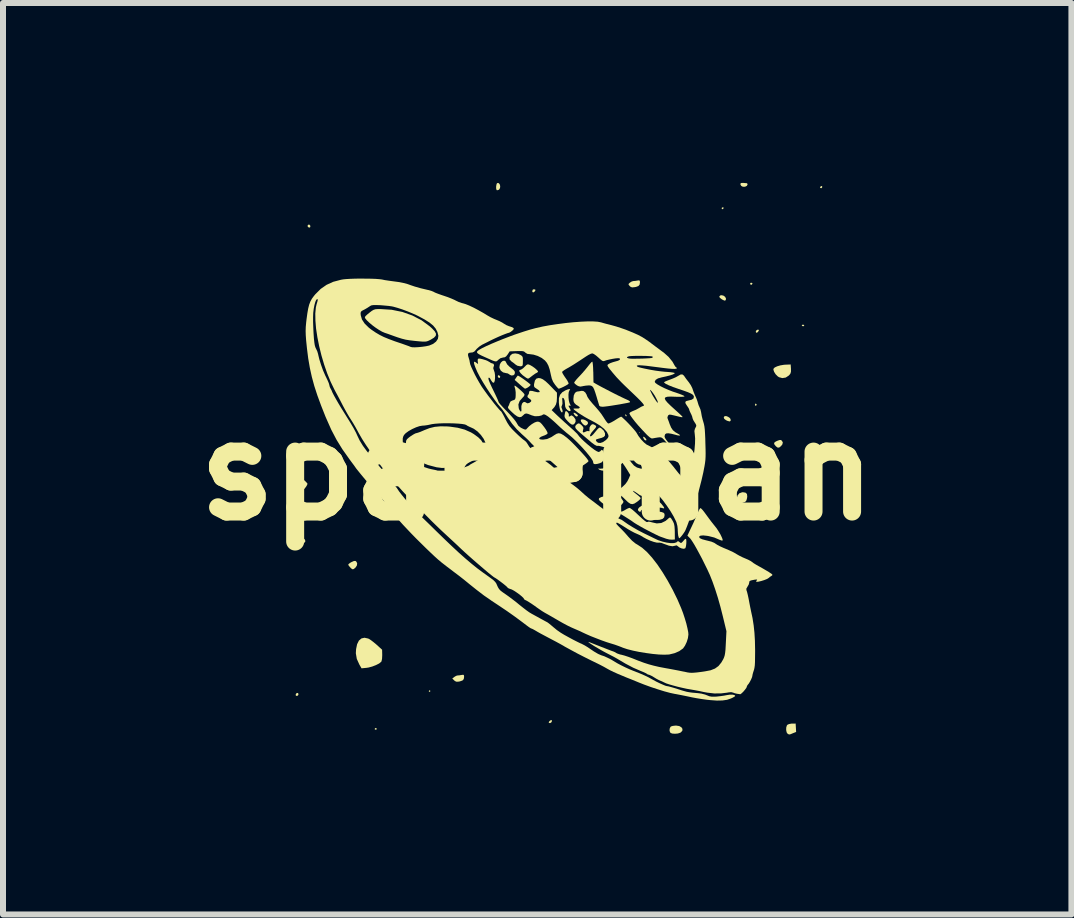
<source format=kicad_pcb>
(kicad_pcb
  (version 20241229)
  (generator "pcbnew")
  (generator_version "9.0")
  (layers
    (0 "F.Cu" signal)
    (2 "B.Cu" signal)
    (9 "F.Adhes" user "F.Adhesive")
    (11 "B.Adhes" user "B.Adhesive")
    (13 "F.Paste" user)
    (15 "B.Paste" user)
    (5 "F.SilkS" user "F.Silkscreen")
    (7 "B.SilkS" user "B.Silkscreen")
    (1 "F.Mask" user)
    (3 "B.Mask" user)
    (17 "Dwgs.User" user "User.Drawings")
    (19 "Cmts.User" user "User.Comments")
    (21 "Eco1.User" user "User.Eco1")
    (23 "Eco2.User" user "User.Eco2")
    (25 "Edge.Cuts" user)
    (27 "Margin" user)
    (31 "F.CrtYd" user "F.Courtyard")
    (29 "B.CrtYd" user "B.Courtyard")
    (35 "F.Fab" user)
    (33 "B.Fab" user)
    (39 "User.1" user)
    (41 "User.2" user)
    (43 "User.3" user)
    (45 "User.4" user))
  (footprint "spaceman"
    (layer "F.Cu")
    (at 5.907 4.801)
    (property "Reference" "spaceman" (at 0 0 0) (layer "F.SilkS") (effects (font (size 1.5 1.5) (thickness 0.3))))
    (attr board_only exclude_from_pos_files exclude_from_bom)
    (fp_poly (pts (xy 1.713 -0.637) (xy 1.706 -0.63) (xy 1.699 -0.637) (xy 1.706 -0.644)) (stroke (width 0) (type solid)) (fill yes) (layer "F.SilkS"))
    (fp_poly (pts (xy 3.108 -4.381) (xy 3.1 -4.369) (xy 3.083 -4.362) (xy 3.077 -4.368) (xy 3.078 -4.387) (xy 3.083 -4.391) (xy 3.103 -4.395)) (stroke (width 0) (type solid)) (fill yes) (layer "F.SilkS"))
    (fp_poly (pts (xy 4.754 -4.735) (xy 4.743 -4.716) (xy 4.732 -4.713) (xy 4.716 -4.721) (xy 4.716 -4.729) (xy 4.73 -4.747) (xy 4.746 -4.749)) (stroke (width 0) (type solid)) (fill yes) (layer "F.SilkS"))
    (fp_poly (pts (xy -3.795 -4.103) (xy -3.782 -4.085) (xy -3.785 -4.064) (xy -3.8 -4.055) (xy -3.822 -4.066) (xy -3.827 -4.075) (xy -3.826 -4.098) (xy -3.808 -4.107)) (stroke (width 0) (type solid)) (fill yes) (layer "F.SilkS"))
    (fp_poly (pts (xy -2.676 4.297) (xy -2.674 4.301) (xy -2.681 4.313) (xy -2.692 4.316) (xy -2.709 4.309) (xy -2.71 4.301) (xy -2.696 4.287) (xy -2.692 4.286)) (stroke (width 0) (type solid)) (fill yes) (layer "F.SilkS"))
    (fp_poly (pts (xy -1.781 3.668) (xy -1.781 3.672) (xy -1.791 3.685) (xy -1.795 3.685) (xy -1.808 3.675) (xy -1.808 3.672) (xy -1.798 3.658) (xy -1.795 3.658)) (stroke (width 0) (type solid)) (fill yes) (layer "F.SilkS"))
    (fp_poly (pts (xy -0.619 -1.577) (xy -0.617 -1.567) (xy -0.625 -1.55) (xy -0.644 -1.553) (xy -0.648 -1.557) (xy -0.658 -1.577) (xy -0.652 -1.593) (xy -0.637 -1.594)) (stroke (width 0) (type solid)) (fill yes) (layer "F.SilkS"))
    (fp_poly (pts (xy -0.031 -3.022) (xy -0.032 -3.004) (xy -0.044 -2.989) (xy -0.067 -2.974) (xy -0.08 -2.983) (xy -0.082 -3) (xy -0.073 -3.023) (xy -0.055 -3.028)) (stroke (width 0) (type solid)) (fill yes) (layer "F.SilkS"))
    (fp_poly (pts (xy 1.482 -0.935) (xy 1.493 -0.917) (xy 1.491 -0.911) (xy 1.477 -0.912) (xy 1.475 -0.913) (xy 1.466 -0.934) (xy 1.466 -0.937) (xy 1.473 -0.942)) (stroke (width 0) (type solid)) (fill yes) (layer "F.SilkS"))
    (fp_poly (pts (xy 1.944 0.41) (xy 1.945 0.417) (xy 1.934 0.435) (xy 1.917 0.438) (xy 1.896 0.432) (xy 1.894 0.421) (xy 1.909 0.404) (xy 1.929 0.4)) (stroke (width 0) (type solid)) (fill yes) (layer "F.SilkS"))
    (fp_poly (pts (xy 3.587 -3.13) (xy 3.589 -3.124) (xy 3.58 -3.107) (xy 3.563 -3.102) (xy 3.557 -3.106) (xy 3.549 -3.126) (xy 3.563 -3.137) (xy 3.569 -3.137)) (stroke (width 0) (type solid)) (fill yes) (layer "F.SilkS"))
    (fp_poly (pts (xy 3.659 -1.107) (xy 3.66 -1.103) (xy 3.649 -1.087) (xy 3.645 -1.085) (xy 3.633 -1.092) (xy 3.631 -1.103) (xy 3.637 -1.12) (xy 3.645 -1.121)) (stroke (width 0) (type solid)) (fill yes) (layer "F.SilkS"))
    (fp_poly (pts (xy 4.45 -2.431) (xy 4.453 -2.425) (xy 4.441 -2.413) (xy 4.432 -2.411) (xy 4.414 -2.419) (xy 4.411 -2.425) (xy 4.423 -2.437) (xy 4.432 -2.439)) (stroke (width 0) (type solid)) (fill yes) (layer "F.SilkS"))
    (fp_poly (pts (xy -3.987 3.706) (xy -3.98 3.723) (xy -3.988 3.743) (xy -4.007 3.754) (xy -4.009 3.754) (xy -4.026 3.743) (xy -4.028 3.734) (xy -4.018 3.71) (xy -3.998 3.702)) (stroke (width 0) (type solid)) (fill yes) (layer "F.SilkS"))
    (fp_poly (pts (xy 0.242 4.155) (xy 0.245 4.175) (xy 0.233 4.196) (xy 0.213 4.206) (xy 0.213 4.206) (xy 0.194 4.2) (xy 0.192 4.194) (xy 0.201 4.176) (xy 0.22 4.16) (xy 0.238 4.154)) (stroke (width 0) (type solid)) (fill yes) (layer "F.SilkS"))
    (fp_poly (pts (xy 0.647 -0.955) (xy 0.669 -0.937) (xy 0.679 -0.921) (xy 0.678 -0.917) (xy 0.661 -0.905) (xy 0.639 -0.916) (xy 0.623 -0.932) (xy 0.608 -0.955) (xy 0.607 -0.968) (xy 0.623 -0.968)) (stroke (width 0) (type solid)) (fill yes) (layer "F.SilkS"))
    (fp_poly (pts (xy 1.787 -0.562) (xy 1.795 -0.555) (xy 1.817 -0.529) (xy 1.821 -0.512) (xy 1.811 -0.507) (xy 1.793 -0.515) (xy 1.784 -0.523) (xy 1.769 -0.549) (xy 1.767 -0.56) (xy 1.771 -0.571)) (stroke (width 0) (type solid)) (fill yes) (layer "F.SilkS"))
    (fp_poly (pts (xy 3.694 -2.352) (xy 3.695 -2.352) (xy 3.694 -2.337) (xy 3.68 -2.316) (xy 3.662 -2.303) (xy 3.656 -2.302) (xy 3.646 -2.313) (xy 3.644 -2.323) (xy 3.654 -2.343) (xy 3.675 -2.355)) (stroke (width 0) (type solid)) (fill yes) (layer "F.SilkS"))
    (fp_poly (pts (xy -3.908 1.118) (xy -3.879 1.138) (xy -3.866 1.166) (xy -3.866 1.175) (xy -3.878 1.196) (xy -3.902 1.197) (xy -3.939 1.179) (xy -3.97 1.154) (xy -3.978 1.132) (xy -3.962 1.117) (xy -3.944 1.112)) (stroke (width 0) (type solid)) (fill yes) (layer "F.SilkS"))
    (fp_poly (pts (xy 0.779 -0.855) (xy 0.809 -0.842) (xy 0.842 -0.818) (xy 0.847 -0.792) (xy 0.833 -0.77) (xy 0.809 -0.755) (xy 0.784 -0.762) (xy 0.757 -0.786) (xy 0.73 -0.823) (xy 0.726 -0.849) (xy 0.744 -0.86)) (stroke (width 0) (type solid)) (fill yes) (layer "F.SilkS"))
    (fp_poly (pts (xy 3.182 -0.902) (xy 3.211 -0.882) (xy 3.224 -0.863) (xy 3.225 -0.833) (xy 3.207 -0.824) (xy 3.171 -0.834) (xy 3.148 -0.845) (xy 3.118 -0.868) (xy 3.11 -0.893) (xy 3.124 -0.912) (xy 3.15 -0.914)) (stroke (width 0) (type solid)) (fill yes) (layer "F.SilkS"))
    (fp_poly (pts (xy 3.103 -2.923) (xy 3.132 -2.903) (xy 3.147 -2.875) (xy 3.146 -2.857) (xy 3.137 -2.841) (xy 3.121 -2.839) (xy 3.092 -2.853) (xy 3.076 -2.862) (xy 3.044 -2.887) (xy 3.036 -2.909) (xy 3.052 -2.925) (xy 3.07 -2.929)) (stroke (width 0) (type solid)) (fill yes) (layer "F.SilkS"))
    (fp_poly (pts (xy -0.642 -4.798) (xy -0.625 -4.778) (xy -0.617 -4.748) (xy -0.62 -4.716) (xy -0.635 -4.691) (xy -0.642 -4.686) (xy -0.666 -4.679) (xy -0.676 -4.681) (xy -0.684 -4.703) (xy -0.685 -4.737) (xy -0.68 -4.772) (xy -0.671 -4.796) (xy -0.666 -4.799)) (stroke (width 0) (type solid)) (fill yes) (layer "F.SilkS"))
    (fp_poly (pts (xy 3.442 -4.801) (xy 3.476 -4.798) (xy 3.497 -4.796) (xy 3.497 -4.796) (xy 3.506 -4.784) (xy 3.507 -4.775) (xy 3.495 -4.752) (xy 3.466 -4.738) (xy 3.43 -4.737) (xy 3.402 -4.751) (xy 3.388 -4.775) (xy 3.391 -4.795) (xy 3.407 -4.801) (xy 3.439 -4.801)) (stroke (width 0) (type solid)) (fill yes) (layer "F.SilkS"))
    (fp_poly (pts (xy 4.075 -0.507) (xy 4.095 -0.477) (xy 4.088 -0.442) (xy 4.065 -0.413) (xy 4.034 -0.389) (xy 4.009 -0.388) (xy 3.982 -0.408) (xy 3.975 -0.415) (xy 3.952 -0.445) (xy 3.95 -0.467) (xy 3.972 -0.486) (xy 4 -0.5) (xy 4.038 -0.514) (xy 4.061 -0.515)) (stroke (width 0) (type solid)) (fill yes) (layer "F.SilkS"))
    (fp_poly (pts (xy -1.221 3.409) (xy -1.219 3.435) (xy -1.225 3.472) (xy -1.246 3.495) (xy -1.287 3.509) (xy -1.304 3.513) (xy -1.343 3.516) (xy -1.371 3.505) (xy -1.385 3.492) (xy -1.416 3.462) (xy -1.384 3.437) (xy -1.353 3.418) (xy -1.329 3.411) (xy -1.298 3.409) (xy -1.262 3.403) (xy -1.233 3.399)) (stroke (width 0) (type solid)) (fill yes) (layer "F.SilkS"))
    (fp_poly (pts (xy 3.473 0.363) (xy 3.497 0.385) (xy 3.502 0.426) (xy 3.499 0.452) (xy 3.488 0.493) (xy 3.469 0.516) (xy 3.456 0.522) (xy 3.411 0.533) (xy 3.37 0.532) (xy 3.343 0.52) (xy 3.337 0.513) (xy 3.328 0.458) (xy 3.34 0.41) (xy 3.37 0.374) (xy 3.416 0.357) (xy 3.43 0.356)) (stroke (width 0) (type solid)) (fill yes) (layer "F.SilkS"))
    (fp_poly (pts (xy -3.02 1.508) (xy -3.002 1.538) (xy -3.006 1.576) (xy -3.03 1.613) (xy -3.032 1.614) (xy -3.059 1.637) (xy -3.08 1.641) (xy -3.103 1.625) (xy -3.117 1.61) (xy -3.14 1.584) (xy -3.151 1.564) (xy -3.151 1.563) (xy -3.14 1.549) (xy -3.112 1.529) (xy -3.095 1.52) (xy -3.057 1.503) (xy -3.033 1.501)) (stroke (width 0) (type solid)) (fill yes) (layer "F.SilkS"))
    (fp_poly (pts (xy 1.711 -3.167) (xy 1.713 -3.141) (xy 1.707 -3.105) (xy 1.687 -3.082) (xy 1.647 -3.067) (xy 1.623 -3.063) (xy 1.583 -3.059) (xy 1.558 -3.068) (xy 1.541 -3.083) (xy 1.523 -3.105) (xy 1.525 -3.119) (xy 1.546 -3.139) (xy 1.577 -3.158) (xy 1.603 -3.165) (xy 1.633 -3.167) (xy 1.67 -3.173) (xy 1.699 -3.177)) (stroke (width 0) (type solid)) (fill yes) (layer "F.SilkS"))
    (fp_poly (pts (xy 2.072 0.686) (xy 2.106 0.698) (xy 2.121 0.715) (xy 2.124 0.739) (xy 2.116 0.776) (xy 2.09 0.801) (xy 2.044 0.815) (xy 2.01 0.818) (xy 1.951 0.818) (xy 1.9 0.803) (xy 1.877 0.792) (xy 1.831 0.763) (xy 1.812 0.736) (xy 1.82 0.713) (xy 1.855 0.692) (xy 1.923 0.675) (xy 2.003 0.674)) (stroke (width 0) (type solid)) (fill yes) (layer "F.SilkS"))
    (fp_poly (pts (xy 4.313 4.283) (xy 4.317 4.353) (xy 4.261 4.375) (xy 4.226 4.39) (xy 4.206 4.395) (xy 4.194 4.393) (xy 4.178 4.385) (xy 4.175 4.383) (xy 4.159 4.36) (xy 4.151 4.321) (xy 4.152 4.279) (xy 4.163 4.244) (xy 4.172 4.233) (xy 4.199 4.221) (xy 4.239 4.214) (xy 4.251 4.214) (xy 4.309 4.213)) (stroke (width 0) (type solid)) (fill yes) (layer "F.SilkS"))
    (fp_poly (pts (xy -3.969 0.091) (xy -3.939 0.112) (xy -3.903 0.141) (xy -3.868 0.171) (xy -3.842 0.198) (xy -3.831 0.211) (xy -3.835 0.232) (xy -3.853 0.263) (xy -3.862 0.275) (xy -3.9 0.321) (xy -3.956 0.264) (xy -3.988 0.227) (xy -4.013 0.194) (xy -4.021 0.178) (xy -4.021 0.149) (xy -4.01 0.119) (xy -3.992 0.096) (xy -3.973 0.09)) (stroke (width 0) (type solid)) (fill yes) (layer "F.SilkS"))
    (fp_poly (pts (xy 2.369 4.255) (xy 2.404 4.275) (xy 2.422 4.302) (xy 2.42 4.332) (xy 2.396 4.359) (xy 2.384 4.366) (xy 2.345 4.379) (xy 2.298 4.383) (xy 2.254 4.38) (xy 2.225 4.37) (xy 2.222 4.368) (xy 2.207 4.337) (xy 2.208 4.3) (xy 2.222 4.269) (xy 2.232 4.261) (xy 2.262 4.252) (xy 2.305 4.247) (xy 2.319 4.247)) (stroke (width 0) (type solid)) (fill yes) (layer "F.SilkS"))
    (fp_poly (pts (xy 4.231 -1.702) (xy 4.231 -1.657) (xy 4.224 -1.627) (xy 4.206 -1.601) (xy 4.194 -1.589) (xy 4.144 -1.556) (xy 4.087 -1.547) (xy 4.031 -1.562) (xy 4.009 -1.577) (xy 3.975 -1.611) (xy 3.95 -1.651) (xy 3.938 -1.687) (xy 3.94 -1.703) (xy 3.96 -1.724) (xy 4 -1.743) (xy 4.054 -1.759) (xy 4.114 -1.769) (xy 4.146 -1.771) (xy 4.226 -1.774)) (stroke (width 0) (type solid)) (fill yes) (layer "F.SilkS"))
    (fp_poly (pts (xy -0.315 -1.95) (xy -0.28 -1.933) (xy -0.256 -1.917) (xy -0.243 -1.898) (xy -0.239 -1.869) (xy -0.239 -1.827) (xy -0.24 -1.782) (xy -0.244 -1.758) (xy -0.256 -1.747) (xy -0.277 -1.744) (xy -0.281 -1.743) (xy -0.33 -1.753) (xy -0.359 -1.771) (xy -0.396 -1.801) (xy -0.431 -1.826) (xy -0.46 -1.857) (xy -0.463 -1.893) (xy -0.444 -1.929) (xy -0.413 -1.952) (xy -0.367 -1.959)) (stroke (width 0) (type solid)) (fill yes) (layer "F.SilkS"))
    (fp_poly (pts (xy -0.307 -1.582) (xy -0.275 -1.562) (xy -0.235 -1.535) (xy -0.192 -1.504) (xy -0.153 -1.474) (xy -0.123 -1.45) (xy -0.11 -1.436) (xy -0.11 -1.435) (xy -0.12 -1.419) (xy -0.146 -1.398) (xy -0.176 -1.38) (xy -0.2 -1.371) (xy -0.203 -1.37) (xy -0.217 -1.379) (xy -0.246 -1.402) (xy -0.283 -1.434) (xy -0.294 -1.444) (xy -0.376 -1.517) (xy -0.352 -1.553) (xy -0.334 -1.578) (xy -0.324 -1.589) (xy -0.324 -1.589)) (stroke (width 0) (type solid)) (fill yes) (layer "F.SilkS"))
    (fp_poly (pts (xy -0.528 -1.827) (xy -0.515 -1.801) (xy -0.499 -1.773) (xy -0.465 -1.739) (xy -0.438 -1.718) (xy -0.397 -1.685) (xy -0.376 -1.66) (xy -0.372 -1.635) (xy -0.378 -1.611) (xy -0.397 -1.594) (xy -0.428 -1.59) (xy -0.458 -1.602) (xy -0.466 -1.61) (xy -0.492 -1.625) (xy -0.52 -1.63) (xy -0.569 -1.642) (xy -0.607 -1.671) (xy -0.628 -1.713) (xy -0.63 -1.731) (xy -0.623 -1.774) (xy -0.604 -1.808) (xy -0.578 -1.831) (xy -0.551 -1.838)) (stroke (width 0) (type solid)) (fill yes) (layer "F.SilkS"))
    (fp_poly (pts (xy 0.491 -0.993) (xy 0.507 -0.979) (xy 0.527 -0.949) (xy 0.527 -0.929) (xy 0.526 -0.908) (xy 0.541 -0.907) (xy 0.558 -0.92) (xy 0.575 -0.925) (xy 0.598 -0.909) (xy 0.609 -0.9) (xy 0.638 -0.859) (xy 0.64 -0.82) (xy 0.625 -0.791) (xy 0.603 -0.772) (xy 0.577 -0.772) (xy 0.545 -0.793) (xy 0.507 -0.83) (xy 0.475 -0.866) (xy 0.459 -0.893) (xy 0.455 -0.917) (xy 0.459 -0.943) (xy 0.467 -0.982) (xy 0.477 -0.998)) (stroke (width 0) (type solid)) (fill yes) (layer "F.SilkS"))
    (fp_poly (pts (xy -2.82 2.795) (xy -2.804 2.802) (xy -2.773 2.822) (xy -2.731 2.854) (xy -2.685 2.892) (xy -2.673 2.903) (xy -2.586 2.982) (xy -2.584 3.071) (xy -2.587 3.133) (xy -2.596 3.174) (xy -2.601 3.183) (xy -2.635 3.211) (xy -2.688 3.238) (xy -2.75 3.262) (xy -2.813 3.279) (xy -2.847 3.284) (xy -2.929 3.292) (xy -2.966 3.228) (xy -3.008 3.135) (xy -3.024 3.041) (xy -3.02 2.973) (xy -3.003 2.89) (xy -2.973 2.83) (xy -2.931 2.794) (xy -2.88 2.782)) (stroke (width 0) (type solid)) (fill yes) (layer "F.SilkS"))
    (fp_poly (pts (xy 2.016 0.511) (xy 2.043 0.523) (xy 2.067 0.546) (xy 2.081 0.563) (xy 2.11 0.601) (xy 2.118 0.621) (xy 2.107 0.626) (xy 2.08 0.618) (xy 2.051 0.613) (xy 2.002 0.612) (xy 1.942 0.614) (xy 1.917 0.615) (xy 1.831 0.625) (xy 1.77 0.638) (xy 1.735 0.655) (xy 1.726 0.672) (xy 1.718 0.684) (xy 1.7 0.678) (xy 1.684 0.663) (xy 1.679 0.639) (xy 1.698 0.612) (xy 1.737 0.584) (xy 1.794 0.558) (xy 1.862 0.535) (xy 1.932 0.518) (xy 1.981 0.509)) (stroke (width 0) (type solid)) (fill yes) (layer "F.SilkS"))
    (fp_poly (pts (xy -0.142 -1.774) (xy -0.118 -1.764) (xy -0.08 -1.742) (xy -0.042 -1.715) (xy -0.009 -1.686) (xy 0.011 -1.664) (xy 0.014 -1.656) (xy 0.003 -1.641) (xy -0.01 -1.634) (xy -0.034 -1.621) (xy -0.069 -1.596) (xy -0.09 -1.58) (xy -0.125 -1.553) (xy -0.145 -1.54) (xy -0.161 -1.54) (xy -0.18 -1.55) (xy -0.192 -1.558) (xy -0.241 -1.594) (xy -0.276 -1.628) (xy -0.297 -1.657) (xy -0.299 -1.677) (xy -0.281 -1.685) (xy -0.279 -1.685) (xy -0.257 -1.695) (xy -0.227 -1.718) (xy -0.21 -1.735) (xy -0.181 -1.764) (xy -0.161 -1.776)) (stroke (width 0) (type solid)) (fill yes) (layer "F.SilkS"))
    (fp_poly (pts (xy 1.199 -0.32) (xy 1.221 -0.299) (xy 1.246 -0.274) (xy 1.267 -0.253) (xy 1.275 -0.243) (xy 1.276 -0.229) (xy 1.28 -0.196) (xy 1.283 -0.168) (xy 1.286 -0.125) (xy 1.282 -0.101) (xy 1.271 -0.09) (xy 1.265 -0.088) (xy 1.223 -0.071) (xy 1.204 -0.05) (xy 1.203 -0.03) (xy 1.203 -0.014) (xy 1.191 -0.005) (xy 1.163 -0.002) (xy 1.132 -0.002) (xy 1.077 -0.006) (xy 1.038 -0.018) (xy 1.032 -0.023) (xy 1.017 -0.036) (xy 1.023 -0.04) (xy 1.048 -0.036) (xy 1.098 -0.04) (xy 1.137 -0.068) (xy 1.165 -0.117) (xy 1.18 -0.186) (xy 1.183 -0.236) (xy 1.183 -0.283) (xy 1.185 -0.316) (xy 1.187 -0.329) (xy 1.187 -0.329)) (stroke (width 0) (type solid)) (fill yes) (layer "F.SilkS"))
    (fp_poly (pts (xy -1.502 -0.741) (xy -1.46 -0.738) (xy -1.325 -0.719) (xy -1.209 -0.688) (xy -1.105 -0.642) (xy -1.058 -0.614) (xy -0.984 -0.56) (xy -0.934 -0.511) (xy -0.908 -0.467) (xy -0.904 -0.447) (xy -0.917 -0.369) (xy -0.954 -0.299) (xy -1.01 -0.24) (xy -1.082 -0.197) (xy -1.114 -0.185) (xy -1.162 -0.167) (xy -1.206 -0.145) (xy -1.219 -0.137) (xy -1.294 -0.097) (xy -1.387 -0.068) (xy -1.489 -0.051) (xy -1.591 -0.049) (xy -1.678 -0.06) (xy -1.822 -0.098) (xy -1.941 -0.144) (xy -2.038 -0.2) (xy -2.1 -0.251) (xy -2.156 -0.321) (xy -2.185 -0.397) (xy -2.189 -0.476) (xy -2.184 -0.506) (xy -2.17 -0.53) (xy -2.141 -0.555) (xy -2.11 -0.578) (xy -2.068 -0.605) (xy -2.033 -0.624) (xy -2.012 -0.63) (xy -1.99 -0.636) (xy -1.95 -0.65) (xy -1.901 -0.671) (xy -1.883 -0.679) (xy -1.795 -0.713) (xy -1.708 -0.734) (xy -1.612 -0.743)) (stroke (width 0) (type solid)) (fill yes) (layer "F.SilkS"))
    (fp_poly (pts (xy -2.426 -2.686) (xy -2.249 -2.65) (xy -2.083 -2.591) (xy -1.929 -2.511) (xy -1.792 -2.41) (xy -1.75 -2.372) (xy -1.707 -2.325) (xy -1.687 -2.286) (xy -1.692 -2.252) (xy -1.722 -2.22) (xy -1.778 -2.186) (xy -1.791 -2.18) (xy -1.818 -2.167) (xy -1.842 -2.159) (xy -1.87 -2.155) (xy -1.907 -2.155) (xy -1.958 -2.159) (xy -2.031 -2.166) (xy -2.041 -2.167) (xy -2.126 -2.177) (xy -2.194 -2.188) (xy -2.257 -2.204) (xy -2.327 -2.226) (xy -2.384 -2.246) (xy -2.442 -2.267) (xy -2.495 -2.286) (xy -2.534 -2.299) (xy -2.543 -2.302) (xy -2.587 -2.321) (xy -2.639 -2.351) (xy -2.695 -2.388) (xy -2.75 -2.429) (xy -2.8 -2.471) (xy -2.841 -2.51) (xy -2.867 -2.542) (xy -2.874 -2.563) (xy -2.874 -2.564) (xy -2.861 -2.582) (xy -2.832 -2.609) (xy -2.794 -2.64) (xy -2.756 -2.669) (xy -2.726 -2.686) (xy -2.696 -2.695) (xy -2.655 -2.698) (xy -2.61 -2.698)) (stroke (width 0) (type solid)) (fill yes) (layer "F.SilkS"))
    (fp_poly (pts (xy 0.549 -1.357) (xy 0.537 -1.34) (xy 0.526 -1.314) (xy 0.521 -1.271) (xy 0.522 -1.219) (xy 0.528 -1.169) (xy 0.539 -1.128) (xy 0.543 -1.121) (xy 0.556 -1.093) (xy 0.556 -1.083) (xy 0.543 -1.087) (xy 0.543 -1.087) (xy 0.524 -1.089) (xy 0.525 -1.073) (xy 0.543 -1.043) (xy 0.557 -1.013) (xy 0.551 -0.997) (xy 0.529 -0.998) (xy 0.502 -1.016) (xy 0.478 -1.043) (xy 0.466 -1.075) (xy 0.463 -1.117) (xy 0.457 -1.175) (xy 0.442 -1.21) (xy 0.423 -1.219) (xy 0.417 -1.207) (xy 0.418 -1.178) (xy 0.419 -1.165) (xy 0.421 -1.117) (xy 0.412 -1.09) (xy 0.403 -1.065) (xy 0.41 -1.043) (xy 0.422 -1.01) (xy 0.423 -0.984) (xy 0.413 -0.973) (xy 0.413 -0.973) (xy 0.4 -0.984) (xy 0.385 -1.01) (xy 0.375 -1.043) (xy 0.366 -1.092) (xy 0.361 -1.137) (xy 0.362 -1.212) (xy 0.381 -1.269) (xy 0.419 -1.312) (xy 0.473 -1.344) (xy 0.514 -1.36) (xy 0.54 -1.364)) (stroke (width 0) (type solid)) (fill yes) (layer "F.SilkS"))
    (fp_poly (pts (xy 1.557 0.626) (xy 1.59 0.65) (xy 1.633 0.687) (xy 1.682 0.733) (xy 1.692 0.742) (xy 1.751 0.797) (xy 1.794 0.833) (xy 1.822 0.852) (xy 1.837 0.853) (xy 1.838 0.853) (xy 1.859 0.846) (xy 1.896 0.853) (xy 1.908 0.857) (xy 1.993 0.876) (xy 2.069 0.869) (xy 2.139 0.835) (xy 2.173 0.807) (xy 2.197 0.785) (xy 2.214 0.777) (xy 2.229 0.787) (xy 2.249 0.817) (xy 2.267 0.849) (xy 2.281 0.882) (xy 2.289 0.924) (xy 2.293 0.983) (xy 2.294 1.02) (xy 2.295 1.144) (xy 2.247 1.147) (xy 2.202 1.144) (xy 2.153 1.132) (xy 2.144 1.129) (xy 2.103 1.114) (xy 2.068 1.102) (xy 2.062 1.1) (xy 2.03 1.087) (xy 1.98 1.063) (xy 1.918 1.032) (xy 1.848 0.996) (xy 1.778 0.959) (xy 1.712 0.922) (xy 1.657 0.89) (xy 1.617 0.865) (xy 1.61 0.86) (xy 1.565 0.828) (xy 1.507 0.791) (xy 1.447 0.753) (xy 1.435 0.746) (xy 1.383 0.714) (xy 1.344 0.687) (xy 1.32 0.668) (xy 1.314 0.658) (xy 1.328 0.66) (xy 1.337 0.664) (xy 1.38 0.678) (xy 1.413 0.678) (xy 1.449 0.661) (xy 1.464 0.652) (xy 1.501 0.631) (xy 1.532 0.618) (xy 1.54 0.617)) (stroke (width 0) (type solid)) (fill yes) (layer "F.SilkS"))
    (fp_poly (pts (xy 0.923 -1.809) (xy 0.928 -1.774) (xy 0.932 -1.721) (xy 0.934 -1.656) (xy 0.935 -1.649) (xy 0.938 -1.475) (xy 0.98 -1.45) (xy 1.018 -1.429) (xy 1.073 -1.399) (xy 1.14 -1.364) (xy 1.213 -1.326) (xy 1.287 -1.288) (xy 1.355 -1.254) (xy 1.413 -1.226) (xy 1.455 -1.206) (xy 1.466 -1.201) (xy 1.519 -1.177) (xy 1.546 -1.158) (xy 1.546 -1.144) (xy 1.53 -1.139) (xy 1.493 -1.131) (xy 1.439 -1.121) (xy 1.375 -1.109) (xy 1.306 -1.098) (xy 1.238 -1.087) (xy 1.176 -1.078) (xy 1.126 -1.072) (xy 1.093 -1.069) (xy 1.089 -1.069) (xy 1.055 -1.073) (xy 1.036 -1.084) (xy 1.035 -1.086) (xy 1.029 -1.106) (xy 1.017 -1.145) (xy 1.001 -1.197) (xy 0.993 -1.226) (xy 0.969 -1.303) (xy 0.95 -1.357) (xy 0.933 -1.392) (xy 0.915 -1.412) (xy 0.894 -1.422) (xy 0.867 -1.425) (xy 0.859 -1.425) (xy 0.809 -1.421) (xy 0.761 -1.413) (xy 0.755 -1.411) (xy 0.717 -1.405) (xy 0.684 -1.414) (xy 0.662 -1.426) (xy 0.633 -1.448) (xy 0.617 -1.467) (xy 0.617 -1.471) (xy 0.625 -1.487) (xy 0.649 -1.518) (xy 0.684 -1.557) (xy 0.706 -1.58) (xy 0.754 -1.632) (xy 0.802 -1.688) (xy 0.842 -1.737) (xy 0.85 -1.748) (xy 0.88 -1.785) (xy 0.904 -1.812) (xy 0.918 -1.822)) (stroke (width 0) (type solid)) (fill yes) (layer "F.SilkS"))
    (fp_poly (pts (xy 1.437 -0.271) (xy 1.457 -0.259) (xy 1.462 -0.248) (xy 1.479 -0.223) (xy 1.5 -0.208) (xy 1.526 -0.189) (xy 1.558 -0.156) (xy 1.57 -0.139) (xy 1.614 -0.088) (xy 1.663 -0.056) (xy 1.725 -0.038) (xy 1.759 -0.033) (xy 1.805 -0.025) (xy 1.836 -0.011) (xy 1.855 0.013) (xy 1.865 0.052) (xy 1.869 0.112) (xy 1.869 0.158) (xy 1.869 0.219) (xy 1.865 0.26) (xy 1.857 0.291) (xy 1.843 0.319) (xy 1.829 0.342) (xy 1.795 0.388) (xy 1.768 0.413) (xy 1.741 0.417) (xy 1.707 0.402) (xy 1.672 0.377) (xy 1.635 0.352) (xy 1.607 0.336) (xy 1.595 0.332) (xy 1.601 0.343) (xy 1.625 0.365) (xy 1.657 0.39) (xy 1.693 0.419) (xy 1.718 0.443) (xy 1.725 0.457) (xy 1.715 0.473) (xy 1.688 0.498) (xy 1.662 0.518) (xy 1.62 0.545) (xy 1.586 0.555) (xy 1.552 0.548) (xy 1.514 0.522) (xy 1.466 0.476) (xy 1.46 0.47) (xy 1.42 0.431) (xy 1.391 0.409) (xy 1.375 0.403) (xy 1.374 0.414) (xy 1.391 0.443) (xy 1.402 0.458) (xy 1.425 0.489) (xy 1.437 0.512) (xy 1.439 0.516) (xy 1.428 0.538) (xy 1.404 0.565) (xy 1.374 0.589) (xy 1.349 0.602) (xy 1.345 0.603) (xy 1.322 0.595) (xy 1.285 0.575) (xy 1.247 0.548) (xy 1.194 0.511) (xy 1.162 0.494) (xy 1.149 0.494) (xy 1.157 0.512) (xy 1.186 0.548) (xy 1.215 0.578) (xy 1.251 0.616) (xy 1.265 0.637) (xy 1.257 0.641) (xy 1.228 0.628) (xy 1.192 0.608) (xy 1.143 0.577) (xy 1.091 0.54) (xy 1.072 0.525) (xy 1.039 0.495) (xy 1.026 0.472) (xy 1.034 0.454) (xy 1.066 0.438) (xy 1.123 0.421) (xy 1.138 0.417) (xy 1.194 0.4) (xy 1.245 0.38) (xy 1.28 0.364) (xy 1.363 0.311) (xy 1.424 0.264) (xy 1.47 0.22) (xy 1.503 0.174) (xy 1.527 0.127) (xy 1.552 0.069) (xy 1.5 -0.017) (xy 1.464 -0.073) (xy 1.424 -0.13) (xy 1.395 -0.17) (xy 1.361 -0.217) (xy 1.345 -0.248) (xy 1.35 -0.265) (xy 1.374 -0.273) (xy 1.399 -0.274)) (stroke (width 0) (type solid)) (fill yes) (layer "F.SilkS"))
    (fp_poly (pts (xy -0.915 -1.863) (xy -0.868 -1.849) (xy -0.826 -1.832) (xy -0.796 -1.815) (xy -0.794 -1.814) (xy -0.77 -1.798) (xy -0.759 -1.795) (xy -0.729 -1.785) (xy -0.719 -1.761) (xy -0.725 -1.742) (xy -0.733 -1.713) (xy -0.723 -1.679) (xy -0.721 -1.674) (xy -0.709 -1.638) (xy -0.703 -1.592) (xy -0.703 -1.545) (xy -0.708 -1.503) (xy -0.718 -1.475) (xy -0.727 -1.469) (xy -0.747 -1.478) (xy -0.769 -1.51) (xy -0.772 -1.515) (xy -0.79 -1.547) (xy -0.805 -1.555) (xy -0.811 -1.551) (xy -0.814 -1.537) (xy -0.806 -1.507) (xy -0.787 -1.46) (xy -0.756 -1.392) (xy -0.735 -1.349) (xy -0.703 -1.283) (xy -0.676 -1.226) (xy -0.656 -1.181) (xy -0.645 -1.153) (xy -0.644 -1.148) (xy -0.635 -1.133) (xy -0.61 -1.103) (xy -0.572 -1.062) (xy -0.525 -1.012) (xy -0.501 -0.988) (xy -0.448 -0.931) (xy -0.4 -0.877) (xy -0.363 -0.831) (xy -0.341 -0.798) (xy -0.338 -0.791) (xy -0.313 -0.751) (xy -0.273 -0.72) (xy -0.254 -0.71) (xy -0.217 -0.693) (xy -0.195 -0.688) (xy -0.181 -0.694) (xy -0.175 -0.702) (xy -0.136 -0.743) (xy -0.089 -0.78) (xy -0.041 -0.808) (xy -0.002 -0.821) (xy 0.005 -0.821) (xy 0.029 -0.818) (xy 0.052 -0.805) (xy 0.078 -0.779) (xy 0.113 -0.734) (xy 0.115 -0.732) (xy 0.145 -0.689) (xy 0.166 -0.652) (xy 0.174 -0.628) (xy 0.174 -0.625) (xy 0.157 -0.609) (xy 0.124 -0.592) (xy 0.114 -0.589) (xy 0.063 -0.569) (xy 0.037 -0.55) (xy 0.034 -0.534) (xy 0.057 -0.524) (xy 0.097 -0.521) (xy 0.165 -0.531) (xy 0.236 -0.563) (xy 0.286 -0.596) (xy 0.324 -0.619) (xy 0.359 -0.628) (xy 0.395 -0.62) (xy 0.439 -0.595) (xy 0.497 -0.551) (xy 0.498 -0.55) (xy 0.538 -0.515) (xy 0.586 -0.469) (xy 0.638 -0.416) (xy 0.692 -0.359) (xy 0.744 -0.303) (xy 0.79 -0.252) (xy 0.826 -0.209) (xy 0.849 -0.177) (xy 0.856 -0.163) (xy 0.845 -0.149) (xy 0.816 -0.126) (xy 0.776 -0.099) (xy 0.731 -0.073) (xy 0.688 -0.05) (xy 0.653 -0.035) (xy 0.644 -0.033) (xy 0.578 -0.017) (xy 0.534 -0.002) (xy 0.508 0.015) (xy 0.496 0.036) (xy 0.493 0.045) (xy 0.489 0.063) (xy 0.483 0.069) (xy 0.47 0.064) (xy 0.447 0.043) (xy 0.41 0.006) (xy 0.397 -0.007) (xy 0.349 -0.054) (xy 0.287 -0.11) (xy 0.222 -0.167) (xy 0.178 -0.204) (xy 0.084 -0.285) (xy -0.008 -0.37) (xy -0.092 -0.452) (xy -0.139 -0.503) (xy -0.159 -0.523) (xy -0.193 -0.555) (xy -0.236 -0.594) (xy -0.254 -0.61) (xy -0.34 -0.693) (xy -0.418 -0.785) (xy -0.494 -0.894) (xy -0.514 -0.925) (xy -0.545 -0.972) (xy -0.575 -1.015) (xy -0.597 -1.043) (xy -0.598 -1.044) (xy -0.651 -1.106) (xy -0.712 -1.187) (xy -0.777 -1.28) (xy -0.842 -1.378) (xy -0.903 -1.476) (xy -0.956 -1.567) (xy -0.996 -1.644) (xy -0.999 -1.65) (xy -1.032 -1.727) (xy -1.051 -1.781) (xy -1.055 -1.812) (xy -1.044 -1.821) (xy -1.019 -1.806) (xy -1.009 -1.798) (xy -0.991 -1.784) (xy -0.986 -1.788) (xy -0.99 -1.814) (xy -0.991 -1.819) (xy -0.993 -1.854) (xy -0.982 -1.871) (xy -0.98 -1.872) (xy -0.955 -1.872)) (stroke (width 0) (type solid)) (fill yes) (layer "F.SilkS"))
    (fp_poly (pts (xy 0.058 -1.543) (xy 0.095 -1.526) (xy 0.139 -1.494) (xy 0.192 -1.445) (xy 0.229 -1.407) (xy 0.329 -1.304) (xy 0.329 -1.22) (xy 0.325 -1.155) (xy 0.312 -1.106) (xy 0.287 -1.064) (xy 0.269 -1.044) (xy 0.241 -1.013) (xy 0.336 -0.922) (xy 0.389 -0.873) (xy 0.453 -0.814) (xy 0.518 -0.756) (xy 0.548 -0.729) (xy 0.596 -0.686) (xy 0.636 -0.648) (xy 0.665 -0.62) (xy 0.676 -0.606) (xy 0.702 -0.572) (xy 0.742 -0.53) (xy 0.792 -0.483) (xy 0.847 -0.435) (xy 0.902 -0.39) (xy 0.953 -0.352) (xy 0.995 -0.326) (xy 1.023 -0.315) (xy 1.025 -0.315) (xy 1.049 -0.325) (xy 1.062 -0.338) (xy 1.075 -0.351) (xy 1.087 -0.346) (xy 1.103 -0.324) (xy 1.118 -0.28) (xy 1.119 -0.229) (xy 1.106 -0.181) (xy 1.08 -0.146) (xy 1.076 -0.143) (xy 1.041 -0.127) (xy 1.001 -0.116) (xy 0.964 -0.112) (xy 0.942 -0.117) (xy 0.942 -0.118) (xy 0.933 -0.139) (xy 0.932 -0.152) (xy 0.922 -0.176) (xy 0.896 -0.216) (xy 0.857 -0.266) (xy 0.808 -0.325) (xy 0.753 -0.387) (xy 0.694 -0.449) (xy 0.635 -0.508) (xy 0.58 -0.56) (xy 0.532 -0.6) (xy 0.527 -0.604) (xy 0.481 -0.641) (xy 0.428 -0.687) (xy 0.382 -0.728) (xy 0.298 -0.807) (xy 0.231 -0.866) (xy 0.179 -0.908) (xy 0.14 -0.933) (xy 0.113 -0.943) (xy 0.095 -0.939) (xy 0.09 -0.934) (xy 0.073 -0.925) (xy 0.039 -0.916) (xy 0.019 -0.913) (xy -0.038 -0.911) (xy -0.092 -0.926) (xy -0.106 -0.932) (xy -0.154 -0.951) (xy -0.185 -0.957) (xy -0.21 -0.949) (xy -0.235 -0.926) (xy -0.238 -0.923) (xy -0.266 -0.9) (xy -0.297 -0.895) (xy -0.333 -0.908) (xy -0.379 -0.941) (xy -0.42 -0.978) (xy -0.461 -1.018) (xy -0.483 -1.044) (xy -0.488 -1.062) (xy -0.485 -1.07) (xy -0.47 -1.098) (xy -0.461 -1.126) (xy -0.444 -1.158) (xy -0.409 -1.175) (xy -0.407 -1.175) (xy -0.381 -1.184) (xy -0.368 -1.197) (xy -0.361 -1.224) (xy -0.359 -1.259) (xy -0.359 -1.31) (xy -0.365 -1.357) (xy -0.369 -1.374) (xy -0.378 -1.404) (xy -0.378 -1.421) (xy -0.378 -1.422) (xy -0.365 -1.417) (xy -0.339 -1.398) (xy -0.305 -1.37) (xy -0.269 -1.338) (xy -0.238 -1.308) (xy -0.217 -1.284) (xy -0.212 -1.276) (xy -0.217 -1.251) (xy -0.244 -1.22) (xy -0.293 -1.165) (xy -0.314 -1.107) (xy -0.308 -1.045) (xy -0.299 -1.021) (xy -0.281 -0.992) (xy -0.267 -0.99) (xy -0.262 -1.012) (xy -0.264 -1.031) (xy -0.264 -1.081) (xy -0.253 -1.121) (xy -0.232 -1.145) (xy -0.206 -1.15) (xy -0.181 -1.135) (xy -0.161 -1.126) (xy -0.131 -1.134) (xy -0.131 -1.134) (xy -0.102 -1.156) (xy -0.1 -1.179) (xy -0.125 -1.2) (xy -0.13 -1.203) (xy -0.157 -1.224) (xy -0.164 -1.248) (xy -0.151 -1.267) (xy -0.139 -1.287) (xy -0.137 -1.302) (xy -0.132 -1.326) (xy -0.115 -1.335) (xy -0.08 -1.332) (xy -0.047 -1.323) (xy 0.004 -1.311) (xy 0.035 -1.312) (xy 0.043 -1.324) (xy 0.026 -1.345) (xy -0.009 -1.369) (xy -0.04 -1.39) (xy -0.053 -1.41) (xy -0.053 -1.441) (xy -0.051 -1.453) (xy -0.038 -1.507) (xy -0.014 -1.538) (xy 0.022 -1.548) (xy 0.023 -1.548)) (stroke (width 0) (type solid)) (fill yes) (layer "F.SilkS"))
    (fp_poly (pts (xy 2.447 -1.587) (xy 2.461 -1.566) (xy 2.485 -1.532) (xy 2.517 -1.491) (xy 2.531 -1.473) (xy 2.561 -1.429) (xy 2.585 -1.381) (xy 2.591 -1.364) (xy 2.607 -1.317) (xy 2.629 -1.264) (xy 2.637 -1.247) (xy 2.658 -1.199) (xy 2.674 -1.152) (xy 2.678 -1.137) (xy 2.691 -1.095) (xy 2.707 -1.059) (xy 2.707 -1.058) (xy 2.721 -1.026) (xy 2.732 -0.981) (xy 2.735 -0.963) (xy 2.744 -0.912) (xy 2.759 -0.852) (xy 2.77 -0.815) (xy 2.78 -0.78) (xy 2.788 -0.739) (xy 2.794 -0.689) (xy 2.798 -0.625) (xy 2.802 -0.542) (xy 2.804 -0.459) (xy 2.807 -0.364) (xy 2.808 -0.291) (xy 2.807 -0.231) (xy 2.804 -0.18) (xy 2.798 -0.131) (xy 2.789 -0.076) (xy 2.776 -0.01) (xy 2.769 0.027) (xy 2.739 0.158) (xy 2.701 0.305) (xy 2.657 0.46) (xy 2.609 0.614) (xy 2.582 0.692) (xy 2.551 0.78) (xy 2.522 0.86) (xy 2.497 0.927) (xy 2.477 0.976) (xy 2.466 1.001) (xy 2.446 1.033) (xy 2.42 1.069) (xy 2.395 1.1) (xy 2.375 1.12) (xy 2.368 1.123) (xy 2.36 1.112) (xy 2.352 1.083) (xy 2.351 1.081) (xy 2.346 1.04) (xy 2.343 0.989) (xy 2.343 0.972) (xy 2.337 0.918) (xy 2.322 0.86) (xy 2.315 0.842) (xy 2.275 0.761) (xy 2.222 0.671) (xy 2.16 0.579) (xy 2.096 0.492) (xy 2.034 0.418) (xy 1.997 0.381) (xy 1.965 0.349) (xy 1.951 0.326) (xy 1.95 0.304) (xy 1.953 0.292) (xy 1.962 0.237) (xy 1.962 0.169) (xy 1.954 0.1) (xy 1.94 0.04) (xy 1.927 0.009) (xy 1.91 -0.024) (xy 1.906 -0.043) (xy 1.915 -0.056) (xy 1.922 -0.061) (xy 1.944 -0.082) (xy 1.974 -0.115) (xy 1.986 -0.13) (xy 2.012 -0.168) (xy 2.024 -0.205) (xy 2.028 -0.255) (xy 2.028 -0.256) (xy 2.029 -0.297) (xy 2.034 -0.322) (xy 2.039 -0.327) (xy 2.054 -0.314) (xy 2.082 -0.285) (xy 2.12 -0.245) (xy 2.163 -0.197) (xy 2.207 -0.147) (xy 2.247 -0.099) (xy 2.281 -0.058) (xy 2.288 -0.048) (xy 2.355 0.036) (xy 2.408 0.096) (xy 2.449 0.132) (xy 2.477 0.144) (xy 2.483 0.143) (xy 2.502 0.124) (xy 2.507 0.103) (xy 2.513 0.074) (xy 2.528 0.031) (xy 2.547 -0.014) (xy 2.571 -0.078) (xy 2.592 -0.161) (xy 2.61 -0.257) (xy 2.623 -0.357) (xy 2.631 -0.454) (xy 2.633 -0.541) (xy 2.627 -0.61) (xy 2.626 -0.618) (xy 2.621 -0.664) (xy 2.629 -0.699) (xy 2.637 -0.716) (xy 2.65 -0.741) (xy 2.652 -0.761) (xy 2.64 -0.786) (xy 2.625 -0.809) (xy 2.603 -0.845) (xy 2.591 -0.875) (xy 2.589 -0.883) (xy 2.583 -0.908) (xy 2.568 -0.944) (xy 2.562 -0.955) (xy 2.545 -0.991) (xy 2.535 -1.017) (xy 2.535 -1.021) (xy 2.527 -1.041) (xy 2.508 -1.071) (xy 2.5 -1.082) (xy 2.474 -1.123) (xy 2.469 -1.149) (xy 2.486 -1.164) (xy 2.521 -1.173) (xy 2.576 -1.187) (xy 2.607 -1.208) (xy 2.612 -1.237) (xy 2.611 -1.244) (xy 2.602 -1.261) (xy 2.586 -1.276) (xy 2.558 -1.292) (xy 2.515 -1.311) (xy 2.452 -1.334) (xy 2.368 -1.363) (xy 2.363 -1.364) (xy 2.265 -1.398) (xy 2.191 -1.428) (xy 2.142 -1.452) (xy 2.118 -1.47) (xy 2.116 -1.479) (xy 2.132 -1.489) (xy 2.167 -1.504) (xy 2.212 -1.521) (xy 2.267 -1.542) (xy 2.319 -1.566) (xy 2.351 -1.584) (xy 2.392 -1.607) (xy 2.421 -1.608)) (stroke (width 0) (type solid)) (fill yes) (layer "F.SilkS"))
    (fp_poly (pts (xy 0.769 -1.332) (xy 0.801 -1.308) (xy 0.825 -1.268) (xy 0.83 -1.25) (xy 0.844 -1.223) (xy 0.871 -1.184) (xy 0.908 -1.139) (xy 0.923 -1.121) (xy 0.984 -1.053) (xy 1.031 -0.998) (xy 1.069 -0.949) (xy 1.103 -0.898) (xy 1.122 -0.868) (xy 1.148 -0.829) (xy 1.171 -0.801) (xy 1.183 -0.79) (xy 1.202 -0.794) (xy 1.237 -0.81) (xy 1.282 -0.835) (xy 1.296 -0.844) (xy 1.34 -0.872) (xy 1.376 -0.893) (xy 1.397 -0.903) (xy 1.399 -0.904) (xy 1.414 -0.895) (xy 1.442 -0.869) (xy 1.48 -0.833) (xy 1.523 -0.789) (xy 1.566 -0.743) (xy 1.604 -0.7) (xy 1.635 -0.664) (xy 1.653 -0.64) (xy 1.654 -0.638) (xy 1.689 -0.58) (xy 1.733 -0.523) (xy 1.779 -0.475) (xy 1.823 -0.439) (xy 1.852 -0.425) (xy 1.902 -0.399) (xy 1.947 -0.357) (xy 1.977 -0.307) (xy 1.981 -0.293) (xy 1.982 -0.235) (xy 1.956 -0.178) (xy 1.925 -0.142) (xy 1.898 -0.117) (xy 1.873 -0.103) (xy 1.84 -0.097) (xy 1.791 -0.096) (xy 1.734 -0.099) (xy 1.692 -0.108) (xy 1.657 -0.127) (xy 1.656 -0.127) (xy 1.62 -0.161) (xy 1.61 -0.192) (xy 1.597 -0.241) (xy 1.562 -0.284) (xy 1.51 -0.319) (xy 1.445 -0.343) (xy 1.373 -0.353) (xy 1.333 -0.352) (xy 1.287 -0.35) (xy 1.241 -0.356) (xy 1.183 -0.372) (xy 1.143 -0.385) (xy 1.09 -0.402) (xy 1.046 -0.413) (xy 1.018 -0.418) (xy 1.013 -0.417) (xy 0.993 -0.417) (xy 0.959 -0.434) (xy 0.911 -0.469) (xy 0.878 -0.497) (xy 0.833 -0.535) (xy 0.779 -0.581) (xy 0.726 -0.626) (xy 0.721 -0.63) (xy 0.671 -0.675) (xy 0.642 -0.708) (xy 0.633 -0.734) (xy 0.641 -0.757) (xy 0.655 -0.772) (xy 0.68 -0.79) (xy 0.701 -0.791) (xy 0.727 -0.773) (xy 0.742 -0.759) (xy 0.766 -0.731) (xy 0.771 -0.708) (xy 0.766 -0.689) (xy 0.759 -0.655) (xy 0.768 -0.64) (xy 0.794 -0.647) (xy 0.8 -0.651) (xy 0.832 -0.664) (xy 0.855 -0.663) (xy 0.871 -0.661) (xy 0.872 -0.678) (xy 0.871 -0.687) (xy 0.874 -0.727) (xy 0.889 -0.753) (xy 0.911 -0.775) (xy 0.931 -0.778) (xy 0.951 -0.77) (xy 0.976 -0.755) (xy 0.984 -0.739) (xy 0.972 -0.715) (xy 0.94 -0.679) (xy 0.939 -0.678) (xy 0.905 -0.638) (xy 0.885 -0.604) (xy 0.88 -0.582) (xy 0.891 -0.575) (xy 0.909 -0.585) (xy 0.934 -0.609) (xy 0.936 -0.611) (xy 0.979 -0.663) (xy 1.008 -0.697) (xy 1.027 -0.715) (xy 1.041 -0.722) (xy 1.053 -0.719) (xy 1.067 -0.71) (xy 1.074 -0.705) (xy 1.111 -0.669) (xy 1.131 -0.626) (xy 1.13 -0.588) (xy 1.11 -0.566) (xy 1.07 -0.549) (xy 1.064 -0.548) (xy 1.016 -0.535) (xy 0.988 -0.526) (xy 0.978 -0.517) (xy 0.98 -0.505) (xy 0.986 -0.493) (xy 1.013 -0.469) (xy 1.052 -0.465) (xy 1.097 -0.48) (xy 1.144 -0.513) (xy 1.145 -0.513) (xy 1.175 -0.545) (xy 1.188 -0.569) (xy 1.187 -0.595) (xy 1.186 -0.599) (xy 1.162 -0.648) (xy 1.115 -0.701) (xy 1.048 -0.755) (xy 0.965 -0.806) (xy 0.911 -0.835) (xy 0.857 -0.863) (xy 0.798 -0.896) (xy 0.739 -0.932) (xy 0.685 -0.967) (xy 0.642 -0.999) (xy 0.612 -1.023) (xy 0.603 -1.036) (xy 0.615 -1.039) (xy 0.644 -1.039) (xy 0.65 -1.039) (xy 0.69 -1.04) (xy 0.709 -1.05) (xy 0.706 -1.064) (xy 0.694 -1.074) (xy 0.646 -1.105) (xy 0.619 -1.132) (xy 0.606 -1.161) (xy 0.603 -1.196) (xy 0.61 -1.258) (xy 0.63 -1.301) (xy 0.661 -1.322) (xy 0.672 -1.323) (xy 0.712 -1.329) (xy 0.736 -1.334)) (stroke (width 0) (type solid)) (fill yes) (layer "F.SilkS"))
    (fp_poly (pts (xy 2.735 0.629) (xy 2.76 0.655) (xy 2.792 0.696) (xy 2.816 0.729) (xy 2.859 0.788) (xy 2.905 0.849) (xy 2.947 0.902) (xy 2.96 0.918) (xy 2.993 0.96) (xy 3.025 1.01) (xy 3.055 1.06) (xy 3.077 1.106) (xy 3.091 1.141) (xy 3.091 1.16) (xy 3.091 1.161) (xy 3.074 1.161) (xy 3.045 1.151) (xy 3.045 1.151) (xy 2.952 1.111) (xy 2.861 1.088) (xy 2.833 1.083) (xy 2.767 1.076) (xy 2.722 1.08) (xy 2.701 1.095) (xy 2.699 1.102) (xy 2.712 1.122) (xy 2.75 1.14) (xy 2.816 1.158) (xy 2.849 1.166) (xy 2.907 1.181) (xy 2.955 1.202) (xy 2.973 1.214) (xy 3.002 1.233) (xy 3.049 1.258) (xy 3.106 1.284) (xy 3.142 1.299) (xy 3.205 1.326) (xy 3.263 1.353) (xy 3.309 1.378) (xy 3.326 1.389) (xy 3.368 1.413) (xy 3.422 1.44) (xy 3.466 1.459) (xy 3.515 1.48) (xy 3.557 1.502) (xy 3.582 1.519) (xy 3.607 1.538) (xy 3.649 1.564) (xy 3.698 1.592) (xy 3.706 1.596) (xy 3.763 1.628) (xy 3.821 1.662) (xy 3.868 1.69) (xy 3.868 1.691) (xy 3.905 1.715) (xy 3.921 1.73) (xy 3.919 1.741) (xy 3.911 1.747) (xy 3.881 1.767) (xy 3.86 1.785) (xy 3.833 1.802) (xy 3.788 1.82) (xy 3.737 1.836) (xy 3.69 1.847) (xy 3.662 1.85) (xy 3.648 1.846) (xy 3.656 1.832) (xy 3.659 1.828) (xy 3.667 1.815) (xy 3.659 1.811) (xy 3.629 1.814) (xy 3.623 1.815) (xy 3.575 1.824) (xy 3.549 1.833) (xy 3.537 1.844) (xy 3.535 1.862) (xy 3.535 1.863) (xy 3.527 1.894) (xy 3.507 1.928) (xy 3.506 1.931) (xy 3.487 1.963) (xy 3.488 1.989) (xy 3.491 1.995) (xy 3.499 2.02) (xy 3.51 2.064) (xy 3.522 2.119) (xy 3.527 2.144) (xy 3.539 2.208) (xy 3.551 2.27) (xy 3.561 2.318) (xy 3.563 2.329) (xy 3.59 2.455) (xy 3.609 2.576) (xy 3.622 2.699) (xy 3.63 2.834) (xy 3.633 2.986) (xy 3.633 3.014) (xy 3.632 3.112) (xy 3.631 3.187) (xy 3.628 3.243) (xy 3.622 3.285) (xy 3.615 3.316) (xy 3.611 3.327) (xy 3.598 3.368) (xy 3.59 3.399) (xy 3.589 3.407) (xy 3.583 3.437) (xy 3.566 3.478) (xy 3.544 3.52) (xy 3.523 3.553) (xy 3.515 3.561) (xy 3.497 3.587) (xy 3.494 3.602) (xy 3.485 3.621) (xy 3.464 3.649) (xy 3.437 3.681) (xy 3.409 3.708) (xy 3.389 3.723) (xy 3.383 3.724) (xy 3.367 3.721) (xy 3.336 3.717) (xy 3.295 3.708) (xy 3.266 3.697) (xy 3.233 3.689) (xy 3.185 3.694) (xy 3.166 3.698) (xy 3.066 3.71) (xy 2.953 3.711) (xy 2.838 3.698) (xy 2.777 3.687) (xy 2.705 3.671) (xy 2.625 3.656) (xy 2.555 3.644) (xy 2.492 3.633) (xy 2.419 3.617) (xy 2.342 3.599) (xy 2.268 3.579) (xy 2.202 3.56) (xy 2.15 3.543) (xy 2.12 3.529) (xy 2.119 3.529) (xy 2.081 3.51) (xy 2.056 3.5) (xy 2.027 3.487) (xy 1.985 3.465) (xy 1.951 3.444) (xy 1.909 3.419) (xy 1.875 3.403) (xy 1.858 3.398) (xy 1.835 3.39) (xy 1.83 3.385) (xy 1.814 3.375) (xy 1.779 3.358) (xy 1.733 3.339) (xy 1.723 3.335) (xy 1.601 3.282) (xy 1.47 3.213) (xy 1.377 3.158) (xy 1.337 3.134) (xy 1.28 3.102) (xy 1.214 3.068) (xy 1.158 3.039) (xy 1.111 3.014) (xy 1.059 2.985) (xy 1.006 2.954) (xy 0.955 2.924) (xy 0.911 2.896) (xy 0.876 2.873) (xy 0.856 2.857) (xy 0.853 2.851) (xy 0.863 2.854) (xy 0.883 2.861) (xy 0.923 2.877) (xy 0.978 2.899) (xy 1.042 2.924) (xy 1.062 2.932) (xy 1.129 2.958) (xy 1.188 2.981) (xy 1.235 2.999) (xy 1.263 3.009) (xy 1.267 3.01) (xy 1.301 3.025) (xy 1.315 3.035) (xy 1.34 3.047) (xy 1.381 3.061) (xy 1.409 3.067) (xy 1.457 3.08) (xy 1.518 3.1) (xy 1.581 3.123) (xy 1.594 3.128) (xy 1.694 3.168) (xy 1.781 3.2) (xy 1.862 3.226) (xy 1.943 3.248) (xy 2.033 3.269) (xy 2.139 3.289) (xy 2.206 3.301) (xy 2.281 3.315) (xy 2.359 3.33) (xy 2.427 3.344) (xy 2.464 3.351) (xy 2.504 3.36) (xy 2.539 3.365) (xy 2.575 3.367) (xy 2.616 3.365) (xy 2.67 3.36) (xy 2.741 3.351) (xy 2.795 3.343) (xy 2.89 3.325) (xy 2.964 3.296) (xy 3.022 3.254) (xy 3.07 3.195) (xy 3.103 3.138) (xy 3.116 3.108) (xy 3.126 3.076) (xy 3.133 3.037) (xy 3.139 2.983) (xy 3.143 2.911) (xy 3.145 2.873) (xy 3.155 2.673) (xy 3.096 2.429) (xy 3.056 2.271) (xy 3.013 2.118) (xy 2.967 1.973) (xy 2.922 1.845) (xy 2.879 1.737) (xy 2.874 1.726) (xy 2.836 1.643) (xy 2.792 1.554) (xy 2.747 1.463) (xy 2.7 1.375) (xy 2.656 1.294) (xy 2.616 1.224) (xy 2.582 1.17) (xy 2.557 1.134) (xy 2.551 1.127) (xy 2.504 1.08) (xy 2.573 0.934) (xy 2.605 0.866) (xy 2.635 0.798) (xy 2.661 0.739) (xy 2.674 0.707) (xy 2.693 0.664) (xy 2.71 0.632) (xy 2.721 0.62)) (stroke (width 0) (type solid)) (fill yes) (layer "F.SilkS"))
    (fp_poly (pts (xy 1.009 -2.487) (xy 1.065 -2.476) (xy 1.065 -2.476) (xy 1.113 -2.462) (xy 1.157 -2.45) (xy 1.171 -2.447) (xy 1.24 -2.429) (xy 1.322 -2.406) (xy 1.407 -2.378) (xy 1.482 -2.352) (xy 1.493 -2.347) (xy 1.595 -2.306) (xy 1.678 -2.269) (xy 1.75 -2.231) (xy 1.818 -2.187) (xy 1.891 -2.136) (xy 1.901 -2.127) (xy 1.962 -2.081) (xy 2.023 -2.036) (xy 2.075 -1.997) (xy 2.111 -1.971) (xy 2.191 -1.9) (xy 2.255 -1.821) (xy 2.283 -1.771) (xy 2.3 -1.742) (xy 2.315 -1.727) (xy 2.317 -1.726) (xy 2.329 -1.716) (xy 2.329 -1.713) (xy 2.321 -1.704) (xy 2.294 -1.7) (xy 2.248 -1.701) (xy 2.179 -1.707) (xy 2.086 -1.718) (xy 2.034 -1.725) (xy 1.915 -1.74) (xy 1.822 -1.752) (xy 1.752 -1.758) (xy 1.703 -1.761) (xy 1.673 -1.759) (xy 1.661 -1.754) (xy 1.661 -1.75) (xy 1.666 -1.742) (xy 1.677 -1.734) (xy 1.698 -1.727) (xy 1.734 -1.718) (xy 1.787 -1.706) (xy 1.861 -1.691) (xy 1.897 -1.684) (xy 1.974 -1.671) (xy 2.056 -1.66) (xy 2.13 -1.652) (xy 2.164 -1.65) (xy 2.218 -1.646) (xy 2.262 -1.64) (xy 2.288 -1.634) (xy 2.292 -1.632) (xy 2.288 -1.621) (xy 2.26 -1.607) (xy 2.211 -1.591) (xy 2.144 -1.574) (xy 2.079 -1.56) (xy 2.014 -1.542) (xy 1.975 -1.518) (xy 1.96 -1.488) (xy 1.96 -1.484) (xy 1.971 -1.466) (xy 2.005 -1.441) (xy 2.055 -1.412) (xy 2.117 -1.381) (xy 2.188 -1.35) (xy 2.262 -1.321) (xy 2.306 -1.307) (xy 2.366 -1.286) (xy 2.415 -1.267) (xy 2.447 -1.252) (xy 2.457 -1.243) (xy 2.457 -1.243) (xy 2.44 -1.237) (xy 2.4 -1.235) (xy 2.341 -1.235) (xy 2.3 -1.236) (xy 2.224 -1.239) (xy 2.169 -1.236) (xy 2.137 -1.226) (xy 2.127 -1.208) (xy 2.138 -1.179) (xy 2.171 -1.139) (xy 2.226 -1.085) (xy 2.291 -1.026) (xy 2.34 -0.982) (xy 2.381 -0.944) (xy 2.41 -0.916) (xy 2.423 -0.901) (xy 2.423 -0.901) (xy 2.422 -0.896) (xy 2.411 -0.895) (xy 2.387 -0.899) (xy 2.344 -0.909) (xy 2.279 -0.925) (xy 2.274 -0.926) (xy 2.231 -0.936) (xy 2.205 -0.938) (xy 2.19 -0.931) (xy 2.181 -0.921) (xy 2.171 -0.893) (xy 2.173 -0.877) (xy 2.182 -0.853) (xy 2.197 -0.814) (xy 2.208 -0.781) (xy 2.234 -0.72) (xy 2.262 -0.679) (xy 2.299 -0.647) (xy 2.332 -0.628) (xy 2.37 -0.606) (xy 2.382 -0.593) (xy 2.369 -0.588) (xy 2.332 -0.594) (xy 2.312 -0.6) (xy 2.237 -0.619) (xy 2.185 -0.627) (xy 2.151 -0.624) (xy 2.132 -0.609) (xy 2.124 -0.581) (xy 2.124 -0.568) (xy 2.133 -0.545) (xy 2.157 -0.51) (xy 2.19 -0.469) (xy 2.227 -0.431) (xy 2.261 -0.4) (xy 2.28 -0.387) (xy 2.299 -0.373) (xy 2.293 -0.356) (xy 2.289 -0.351) (xy 2.265 -0.331) (xy 2.247 -0.338) (xy 2.233 -0.364) (xy 2.217 -0.392) (xy 2.189 -0.431) (xy 2.153 -0.475) (xy 2.147 -0.482) (xy 2.111 -0.523) (xy 2.086 -0.547) (xy 2.065 -0.558) (xy 2.042 -0.56) (xy 2.014 -0.557) (xy 1.97 -0.55) (xy 1.933 -0.543) (xy 1.925 -0.541) (xy 1.905 -0.542) (xy 1.878 -0.558) (xy 1.84 -0.591) (xy 1.819 -0.612) (xy 1.75 -0.685) (xy 1.686 -0.755) (xy 1.631 -0.82) (xy 1.587 -0.877) (xy 1.555 -0.922) (xy 1.539 -0.953) (xy 1.538 -0.963) (xy 1.554 -0.978) (xy 1.586 -0.994) (xy 1.598 -0.999) (xy 1.646 -1.019) (xy 1.695 -1.046) (xy 1.702 -1.05) (xy 1.736 -1.07) (xy 1.762 -1.081) (xy 1.767 -1.082) (xy 1.779 -1.087) (xy 1.777 -1.102) (xy 1.758 -1.128) (xy 1.722 -1.168) (xy 1.668 -1.222) (xy 1.614 -1.274) (xy 1.533 -1.351) (xy 1.881 -1.351) (xy 1.885 -1.337) (xy 1.9 -1.306) (xy 1.923 -1.261) (xy 1.94 -1.232) (xy 1.971 -1.182) (xy 1.995 -1.149) (xy 2.009 -1.136) (xy 2.013 -1.142) (xy 2.004 -1.169) (xy 1.985 -1.208) (xy 1.961 -1.252) (xy 1.934 -1.293) (xy 1.909 -1.327) (xy 1.889 -1.348) (xy 1.881 -1.351) (xy 1.533 -1.351) (xy 1.53 -1.354) (xy 1.462 -1.419) (xy 1.408 -1.472) (xy 1.363 -1.519) (xy 1.323 -1.561) (xy 1.286 -1.604) (xy 1.247 -1.65) (xy 1.243 -1.656) (xy 1.204 -1.703) (xy 1.182 -1.734) (xy 1.172 -1.753) (xy 1.173 -1.766) (xy 1.183 -1.777) (xy 1.188 -1.78) (xy 1.217 -1.796) (xy 1.261 -1.812) (xy 1.293 -1.821) (xy 1.347 -1.836) (xy 1.377 -1.852) (xy 1.38 -1.868) (xy 1.37 -1.877) (xy 1.349 -1.879) (xy 1.309 -1.876) (xy 1.258 -1.868) (xy 1.204 -1.857) (xy 1.155 -1.845) (xy 1.132 -1.837) (xy 1.11 -1.83) (xy 1.091 -1.832) (xy 1.068 -1.847) (xy 1.035 -1.876) (xy 1.024 -1.886) (xy 1.498 -1.886) (xy 1.522 -1.876) (xy 1.545 -1.872) (xy 1.578 -1.87) (xy 1.629 -1.87) (xy 1.69 -1.871) (xy 1.754 -1.872) (xy 1.816 -1.875) (xy 1.869 -1.878) (xy 1.906 -1.882) (xy 1.921 -1.885) (xy 1.926 -1.901) (xy 1.924 -1.905) (xy 1.909 -1.91) (xy 1.871 -1.913) (xy 1.819 -1.916) (xy 1.757 -1.917) (xy 1.692 -1.918) (xy 1.63 -1.917) (xy 1.576 -1.915) (xy 1.537 -1.912) (xy 1.524 -1.909) (xy 1.498 -1.898) (xy 1.498 -1.886) (xy 1.024 -1.886) (xy 1.02 -1.89) (xy 0.98 -1.924) (xy 0.944 -1.949) (xy 0.919 -1.959) (xy 0.918 -1.959) (xy 0.892 -1.952) (xy 0.853 -1.932) (xy 0.811 -1.906) (xy 0.698 -1.831) (xy 0.605 -1.771) (xy 0.527 -1.724) (xy 0.494 -1.706) (xy 0.454 -1.682) (xy 0.425 -1.661) (xy 0.415 -1.65) (xy 0.42 -1.632) (xy 0.439 -1.599) (xy 0.466 -1.558) (xy 0.47 -1.553) (xy 0.498 -1.512) (xy 0.517 -1.477) (xy 0.524 -1.456) (xy 0.524 -1.455) (xy 0.51 -1.442) (xy 0.479 -1.423) (xy 0.439 -1.402) (xy 0.4 -1.384) (xy 0.368 -1.372) (xy 0.357 -1.37) (xy 0.345 -1.38) (xy 0.322 -1.406) (xy 0.298 -1.436) (xy 0.265 -1.485) (xy 0.243 -1.538) (xy 0.227 -1.605) (xy 0.208 -1.69) (xy 0.187 -1.753) (xy 0.161 -1.802) (xy 0.129 -1.841) (xy 0.076 -1.882) (xy 0.009 -1.916) (xy -0.061 -1.938) (xy -0.115 -1.945) (xy -0.165 -1.951) (xy -0.197 -1.971) (xy -0.199 -1.973) (xy -0.215 -1.987) (xy -0.235 -1.995) (xy -0.267 -1.998) (xy -0.318 -1.998) (xy -0.342 -1.997) (xy -0.459 -1.993) (xy -0.492 -1.942) (xy -0.519 -1.908) (xy -0.545 -1.893) (xy -0.567 -1.891) (xy -0.614 -1.878) (xy -0.647 -1.853) (xy -0.663 -1.838) (xy -0.676 -1.828) (xy -0.691 -1.825) (xy -0.713 -1.829) (xy -0.747 -1.841) (xy -0.796 -1.863) (xy -0.866 -1.894) (xy -0.866 -1.894) (xy -0.932 -1.924) (xy -0.975 -1.947) (xy -0.998 -1.965) (xy -1.005 -1.98) (xy -0.999 -1.994) (xy -0.998 -1.996) (xy -0.972 -2.016) (xy -0.923 -2.044) (xy -0.852 -2.079) (xy -0.763 -2.119) (xy -0.658 -2.163) (xy -0.569 -2.199) (xy -0.467 -2.238) (xy -0.381 -2.27) (xy -0.301 -2.297) (xy -0.22 -2.324) (xy -0.126 -2.353) (xy -0.116 -2.356) (xy -0.019 -2.382) (xy 0.093 -2.407) (xy 0.215 -2.429) (xy 0.344 -2.448) (xy 0.474 -2.465) (xy 0.601 -2.478) (xy 0.723 -2.487) (xy 0.834 -2.492) (xy 0.931 -2.492)) (stroke (width 0) (type solid)) (fill yes) (layer "F.SilkS"))
    (fp_poly (pts (xy -2.854 -3.205) (xy -2.767 -3.204) (xy -2.69 -3.201) (xy -2.629 -3.196) (xy -2.589 -3.191) (xy -2.542 -3.181) (xy -2.482 -3.172) (xy -2.432 -3.165) (xy -2.32 -3.15) (xy -2.231 -3.133) (xy -2.159 -3.114) (xy -2.115 -3.098) (xy -2.041 -3.073) (xy -1.943 -3.045) (xy -1.825 -3.017) (xy -1.809 -3.014) (xy -1.765 -3.001) (xy -1.728 -2.986) (xy -1.72 -2.981) (xy -1.695 -2.969) (xy -1.651 -2.952) (xy -1.595 -2.932) (xy -1.556 -2.919) (xy -1.491 -2.897) (xy -1.428 -2.872) (xy -1.378 -2.85) (xy -1.359 -2.84) (xy -1.309 -2.816) (xy -1.253 -2.797) (xy -1.235 -2.793) (xy -1.192 -2.78) (xy -1.131 -2.755) (xy -1.057 -2.72) (xy -0.976 -2.677) (xy -0.891 -2.629) (xy -0.836 -2.595) (xy -0.78 -2.563) (xy -0.717 -2.533) (xy -0.682 -2.519) (xy -0.63 -2.497) (xy -0.582 -2.472) (xy -0.559 -2.457) (xy -0.516 -2.431) (xy -0.47 -2.412) (xy -0.466 -2.411) (xy -0.417 -2.395) (xy -0.393 -2.38) (xy -0.392 -2.363) (xy -0.413 -2.34) (xy -0.418 -2.336) (xy -0.448 -2.314) (xy -0.471 -2.302) (xy -0.475 -2.302) (xy -0.496 -2.296) (xy -0.537 -2.281) (xy -0.59 -2.26) (xy -0.65 -2.234) (xy -0.711 -2.206) (xy -0.766 -2.18) (xy -0.774 -2.176) (xy -0.829 -2.148) (xy -0.885 -2.12) (xy -0.919 -2.103) (xy -0.965 -2.073) (xy -1.007 -2.036) (xy -1.019 -2.022) (xy -1.049 -1.989) (xy -1.078 -1.975) (xy -1.102 -1.973) (xy -1.138 -1.968) (xy -1.154 -1.951) (xy -1.152 -1.918) (xy -1.142 -1.885) (xy -1.13 -1.845) (xy -1.124 -1.81) (xy -1.123 -1.805) (xy -1.117 -1.777) (xy -1.099 -1.731) (xy -1.072 -1.673) (xy -1.04 -1.606) (xy -1.003 -1.537) (xy -0.966 -1.472) (xy -0.931 -1.414) (xy -0.918 -1.394) (xy -0.871 -1.327) (xy -0.82 -1.257) (xy -0.767 -1.188) (xy -0.717 -1.123) (xy -0.672 -1.068) (xy -0.635 -1.025) (xy -0.61 -0.998) (xy -0.603 -0.994) (xy -0.592 -0.978) (xy -0.572 -0.944) (xy -0.547 -0.897) (xy -0.532 -0.866) (xy -0.498 -0.802) (xy -0.463 -0.748) (xy -0.42 -0.697) (xy -0.363 -0.64) (xy -0.315 -0.594) (xy -0.27 -0.553) (xy -0.235 -0.523) (xy -0.217 -0.511) (xy -0.185 -0.484) (xy -0.165 -0.455) (xy -0.134 -0.405) (xy -0.085 -0.347) (xy -0.023 -0.286) (xy 0.047 -0.227) (xy 0.096 -0.191) (xy 0.17 -0.14) (xy 0.227 -0.097) (xy 0.275 -0.055) (xy 0.319 -0.009) (xy 0.367 0.044) (xy 0.411 0.09) (xy 0.468 0.14) (xy 0.528 0.185) (xy 0.543 0.195) (xy 0.602 0.237) (xy 0.664 0.285) (xy 0.716 0.329) (xy 0.726 0.338) (xy 0.793 0.399) (xy 0.853 0.449) (xy 0.919 0.499) (xy 0.92 0.5) (xy 0.95 0.522) (xy 0.993 0.555) (xy 1.037 0.589) (xy 1.083 0.623) (xy 1.126 0.653) (xy 1.157 0.671) (xy 1.189 0.689) (xy 1.234 0.716) (xy 1.283 0.747) (xy 1.288 0.75) (xy 1.331 0.778) (xy 1.367 0.798) (xy 1.387 0.808) (xy 1.389 0.808) (xy 1.407 0.816) (xy 1.437 0.836) (xy 1.45 0.846) (xy 1.513 0.89) (xy 1.594 0.94) (xy 1.684 0.992) (xy 1.777 1.04) (xy 1.808 1.055) (xy 1.862 1.081) (xy 1.909 1.104) (xy 1.941 1.12) (xy 1.949 1.124) (xy 2.015 1.155) (xy 2.087 1.179) (xy 2.159 1.196) (xy 2.226 1.205) (xy 2.281 1.204) (xy 2.319 1.193) (xy 2.329 1.185) (xy 2.345 1.172) (xy 2.361 1.178) (xy 2.373 1.188) (xy 2.391 1.201) (xy 2.405 1.2) (xy 2.424 1.182) (xy 2.438 1.166) (xy 2.463 1.138) (xy 2.478 1.133) (xy 2.483 1.139) (xy 2.487 1.168) (xy 2.486 1.209) (xy 2.481 1.251) (xy 2.473 1.282) (xy 2.468 1.291) (xy 2.444 1.299) (xy 2.408 1.293) (xy 2.371 1.277) (xy 2.349 1.26) (xy 2.326 1.242) (xy 2.301 1.247) (xy 2.298 1.248) (xy 2.256 1.257) (xy 2.196 1.247) (xy 2.121 1.22) (xy 2.116 1.218) (xy 2.074 1.202) (xy 2.038 1.196) (xy 2.025 1.197) (xy 1.992 1.196) (xy 1.943 1.184) (xy 1.884 1.163) (xy 1.824 1.136) (xy 1.769 1.106) (xy 1.751 1.094) (xy 1.714 1.073) (xy 1.668 1.052) (xy 1.656 1.047) (xy 1.62 1.031) (xy 1.569 1.004) (xy 1.51 0.97) (xy 1.471 0.945) (xy 1.419 0.912) (xy 1.374 0.885) (xy 1.342 0.868) (xy 1.33 0.863) (xy 1.316 0.869) (xy 1.324 0.889) (xy 1.354 0.922) (xy 1.373 0.941) (xy 1.409 0.977) (xy 1.455 1.025) (xy 1.501 1.077) (xy 1.516 1.095) (xy 1.58 1.163) (xy 1.639 1.211) (xy 1.676 1.233) (xy 1.75 1.282) (xy 1.831 1.354) (xy 1.915 1.447) (xy 2.002 1.559) (xy 2.089 1.688) (xy 2.175 1.83) (xy 2.259 1.983) (xy 2.338 2.144) (xy 2.4 2.288) (xy 2.431 2.369) (xy 2.46 2.457) (xy 2.486 2.544) (xy 2.505 2.624) (xy 2.518 2.69) (xy 2.521 2.729) (xy 2.513 2.788) (xy 2.493 2.853) (xy 2.464 2.914) (xy 2.432 2.96) (xy 2.428 2.963) (xy 2.368 3.006) (xy 2.289 3.04) (xy 2.202 3.061) (xy 2.192 3.062) (xy 2.12 3.065) (xy 2.029 3.062) (xy 1.925 3.052) (xy 1.814 3.037) (xy 1.702 3.019) (xy 1.596 2.997) (xy 1.502 2.973) (xy 1.427 2.948) (xy 1.411 2.941) (xy 1.359 2.921) (xy 1.295 2.898) (xy 1.23 2.878) (xy 1.226 2.877) (xy 1.159 2.856) (xy 1.077 2.827) (xy 0.986 2.792) (xy 0.897 2.757) (xy 0.817 2.722) (xy 0.761 2.696) (xy 0.72 2.676) (xy 0.665 2.652) (xy 0.614 2.63) (xy 0.562 2.607) (xy 0.497 2.575) (xy 0.428 2.538) (xy 0.382 2.512) (xy 0.294 2.461) (xy 0.227 2.422) (xy 0.176 2.393) (xy 0.14 2.373) (xy 0.114 2.358) (xy 0.103 2.351) (xy 0.08 2.337) (xy 0.042 2.311) (xy -0.007 2.277) (xy -0.041 2.252) (xy -0.093 2.216) (xy -0.14 2.186) (xy -0.175 2.165) (xy -0.188 2.159) (xy -0.212 2.147) (xy -0.219 2.137) (xy -0.23 2.119) (xy -0.258 2.092) (xy -0.298 2.059) (xy -0.343 2.027) (xy -0.387 1.998) (xy -0.424 1.978) (xy -0.439 1.973) (xy -0.472 1.961) (xy -0.492 1.95) (xy -0.493 1.947) (xy -0.503 1.935) (xy -0.53 1.911) (xy -0.567 1.881) (xy -0.609 1.849) (xy -0.65 1.819) (xy -0.684 1.795) (xy -0.705 1.782) (xy -0.706 1.782) (xy -0.725 1.77) (xy -0.761 1.742) (xy -0.811 1.702) (xy -0.871 1.651) (xy -0.938 1.594) (xy -1.009 1.533) (xy -1.08 1.471) (xy -1.148 1.411) (xy -1.21 1.355) (xy -1.262 1.307) (xy -1.281 1.289) (xy -1.327 1.245) (xy -1.387 1.189) (xy -1.453 1.128) (xy -1.519 1.067) (xy -1.534 1.053) (xy -1.603 0.989) (xy -1.682 0.913) (xy -1.762 0.835) (xy -1.836 0.76) (xy -1.856 0.74) (xy -1.921 0.674) (xy -1.988 0.605) (xy -2.051 0.54) (xy -2.105 0.485) (xy -2.125 0.465) (xy -2.182 0.405) (xy -2.247 0.336) (xy -2.307 0.269) (xy -2.329 0.244) (xy -2.373 0.195) (xy -2.412 0.15) (xy -2.443 0.116) (xy -2.458 0.101) (xy -2.482 0.073) (xy -2.515 0.033) (xy -2.558 -0.021) (xy -2.613 -0.094) (xy -2.681 -0.185) (xy -2.701 -0.212) (xy -2.786 -0.33) (xy -2.857 -0.434) (xy -2.898 -0.498) (xy -2.242 -0.498) (xy -2.239 -0.459) (xy -2.226 -0.372) (xy -2.204 -0.305) (xy -2.171 -0.249) (xy -2.147 -0.221) (xy -2.055 -0.143) (xy -1.943 -0.083) (xy -1.81 -0.039) (xy -1.76 -0.027) (xy -1.715 -0.018) (xy -1.679 -0.01) (xy -1.665 -0.005) (xy -1.646 -0.004) (xy -1.606 -0.003) (xy -1.552 -0.004) (xy -1.507 -0.006) (xy -1.411 -0.012) (xy -1.329 -0.026) (xy -1.251 -0.047) (xy -1.199 -0.065) (xy -1.158 -0.08) (xy -1.134 -0.092) (xy -1.131 -0.095) (xy -1.115 -0.107) (xy -1.083 -0.125) (xy -1.062 -0.136) (xy -0.981 -0.184) (xy -0.916 -0.244) (xy -0.872 -0.311) (xy -0.851 -0.381) (xy -0.849 -0.403) (xy -0.861 -0.465) (xy -0.892 -0.533) (xy -0.939 -0.599) (xy -0.995 -0.657) (xy -1.057 -0.702) (xy -1.093 -0.719) (xy -1.136 -0.738) (xy -1.171 -0.756) (xy -1.181 -0.764) (xy -1.206 -0.774) (xy -1.253 -0.782) (xy -1.317 -0.788) (xy -1.392 -0.792) (xy -1.474 -0.794) (xy -1.556 -0.794) (xy -1.634 -0.791) (xy -1.703 -0.786) (xy -1.756 -0.779) (xy -1.769 -0.776) (xy -1.825 -0.764) (xy -1.88 -0.756) (xy -1.914 -0.754) (xy -1.962 -0.746) (xy -2.021 -0.726) (xy -2.085 -0.697) (xy -2.145 -0.663) (xy -2.193 -0.628) (xy -2.221 -0.598) (xy -2.235 -0.57) (xy -2.242 -0.54) (xy -2.242 -0.498) (xy -2.898 -0.498) (xy -2.919 -0.531) (xy -2.975 -0.628) (xy -2.998 -0.671) (xy -3.032 -0.733) (xy -3.069 -0.796) (xy -3.102 -0.849) (xy -3.111 -0.863) (xy -3.139 -0.907) (xy -3.174 -0.967) (xy -3.211 -1.034) (xy -3.237 -1.082) (xy -3.276 -1.158) (xy -3.32 -1.242) (xy -3.363 -1.321) (xy -3.383 -1.359) (xy -3.444 -1.485) (xy -3.501 -1.624) (xy -3.552 -1.771) (xy -3.597 -1.923) (xy -3.635 -2.077) (xy -3.665 -2.227) (xy -3.687 -2.371) (xy -3.698 -2.504) (xy -3.7 -2.622) (xy -3.7 -2.625) (xy -2.945 -2.625) (xy -2.942 -2.594) (xy -2.922 -2.524) (xy -2.877 -2.456) (xy -2.807 -2.387) (xy -2.761 -2.352) (xy -2.693 -2.306) (xy -2.627 -2.267) (xy -2.557 -2.232) (xy -2.474 -2.198) (xy -2.375 -2.161) (xy -2.322 -2.143) (xy -2.253 -2.12) (xy -2.192 -2.098) (xy -2.144 -2.081) (xy -2.115 -2.069) (xy -2.11 -2.067) (xy -2.084 -2.061) (xy -2.039 -2.06) (xy -1.981 -2.063) (xy -1.918 -2.069) (xy -1.856 -2.078) (xy -1.804 -2.089) (xy -1.8 -2.09) (xy -1.736 -2.117) (xy -1.687 -2.155) (xy -1.656 -2.201) (xy -1.648 -2.249) (xy -1.648 -2.255) (xy -1.664 -2.316) (xy -1.692 -2.371) (xy -1.735 -2.423) (xy -1.796 -2.473) (xy -1.877 -2.524) (xy -1.981 -2.58) (xy -2.007 -2.593) (xy -2.08 -2.626) (xy -2.163 -2.66) (xy -2.249 -2.692) (xy -2.329 -2.718) (xy -2.397 -2.737) (xy -2.425 -2.743) (xy -2.474 -2.75) (xy -2.539 -2.756) (xy -2.608 -2.762) (xy -2.629 -2.763) (xy -2.692 -2.765) (xy -2.734 -2.764) (xy -2.763 -2.76) (xy -2.784 -2.75) (xy -2.794 -2.743) (xy -2.829 -2.72) (xy -2.873 -2.694) (xy -2.889 -2.686) (xy -2.925 -2.667) (xy -2.941 -2.65) (xy -2.945 -2.625) (xy -3.7 -2.625) (xy -3.691 -2.723) (xy -3.679 -2.776) (xy -3.665 -2.822) (xy -3.659 -2.849) (xy -3.661 -2.861) (xy -3.67 -2.863) (xy -3.685 -2.851) (xy -3.7 -2.816) (xy -3.714 -2.766) (xy -3.726 -2.704) (xy -3.734 -2.638) (xy -3.735 -2.621) (xy -3.737 -2.562) (xy -3.737 -2.484) (xy -3.734 -2.398) (xy -3.73 -2.311) (xy -3.729 -2.292) (xy -3.723 -2.205) (xy -3.716 -2.142) (xy -3.709 -2.096) (xy -3.7 -2.064) (xy -3.689 -2.039) (xy -3.688 -2.038) (xy -3.667 -1.993) (xy -3.652 -1.943) (xy -3.652 -1.939) (xy -3.633 -1.861) (xy -3.605 -1.77) (xy -3.571 -1.675) (xy -3.533 -1.588) (xy -3.519 -1.56) (xy -3.495 -1.509) (xy -3.476 -1.465) (xy -3.467 -1.435) (xy -3.466 -1.43) (xy -3.458 -1.398) (xy -3.447 -1.376) (xy -3.428 -1.341) (xy -3.419 -1.317) (xy -3.407 -1.292) (xy -3.384 -1.248) (xy -3.352 -1.191) (xy -3.314 -1.125) (xy -3.272 -1.055) (xy -3.229 -0.986) (xy -3.189 -0.922) (xy -3.183 -0.912) (xy -3.118 -0.808) (xy -3.063 -0.715) (xy -3.021 -0.636) (xy -2.998 -0.585) (xy -2.96 -0.506) (xy -2.906 -0.418) (xy -2.84 -0.328) (xy -2.768 -0.242) (xy -2.751 -0.224) (xy -2.712 -0.181) (xy -2.68 -0.145) (xy -2.661 -0.121) (xy -2.658 -0.113) (xy -2.649 -0.097) (xy -2.627 -0.068) (xy -2.602 -0.04) (xy -2.56 0.009) (xy -2.518 0.064) (xy -2.5 0.089) (xy -2.463 0.14) (xy -2.419 0.194) (xy -2.397 0.219) (xy -2.364 0.256) (xy -2.338 0.289) (xy -2.327 0.306) (xy -2.303 0.342) (xy -2.264 0.393) (xy -2.214 0.455) (xy -2.156 0.523) (xy -2.095 0.593) (xy -2.033 0.66) (xy -1.976 0.72) (xy -1.934 0.76) (xy -1.906 0.787) (xy -1.862 0.83) (xy -1.807 0.883) (xy -1.746 0.943) (xy -1.688 1) (xy -1.544 1.14) (xy -1.416 1.262) (xy -1.301 1.369) (xy -1.195 1.463) (xy -1.097 1.546) (xy -1.003 1.622) (xy -0.91 1.691) (xy -0.832 1.747) (xy -0.771 1.791) (xy -0.728 1.824) (xy -0.7 1.852) (xy -0.682 1.878) (xy -0.673 1.899) (xy -0.655 1.939) (xy -0.636 1.97) (xy -0.61 1.998) (xy -0.57 2.028) (xy -0.522 2.061) (xy -0.474 2.095) (xy -0.414 2.14) (xy -0.349 2.19) (xy -0.297 2.233) (xy -0.239 2.279) (xy -0.182 2.323) (xy -0.133 2.358) (xy -0.098 2.379) (xy -0.051 2.405) (xy 0.006 2.436) (xy 0.051 2.461) (xy 0.099 2.487) (xy 0.141 2.51) (xy 0.168 2.524) (xy 0.193 2.542) (xy 0.23 2.572) (xy 0.272 2.608) (xy 0.275 2.61) (xy 0.327 2.653) (xy 0.39 2.697) (xy 0.451 2.734) (xy 0.533 2.779) (xy 0.596 2.813) (xy 0.645 2.838) (xy 0.683 2.857) (xy 0.716 2.873) (xy 0.74 2.883) (xy 0.79 2.909) (xy 0.843 2.941) (xy 0.859 2.952) (xy 0.946 3.011) (xy 1.016 3.052) (xy 1.069 3.075) (xy 1.076 3.077) (xy 1.118 3.091) (xy 1.173 3.116) (xy 1.231 3.145) (xy 1.281 3.175) (xy 1.289 3.18) (xy 1.334 3.207) (xy 1.396 3.24) (xy 1.467 3.275) (xy 1.539 3.308) (xy 1.603 3.334) (xy 1.71 3.376) (xy 1.793 3.412) (xy 1.855 3.442) (xy 1.891 3.462) (xy 1.934 3.486) (xy 1.986 3.514) (xy 2.042 3.541) (xy 2.094 3.564) (xy 2.137 3.582) (xy 2.163 3.589) (xy 2.165 3.589) (xy 2.189 3.593) (xy 2.229 3.604) (xy 2.275 3.617) (xy 2.355 3.642) (xy 2.414 3.661) (xy 2.456 3.673) (xy 2.488 3.682) (xy 2.513 3.687) (xy 2.537 3.691) (xy 2.542 3.692) (xy 2.588 3.698) (xy 2.646 3.703) (xy 2.679 3.706) (xy 2.739 3.714) (xy 2.8 3.73) (xy 2.828 3.741) (xy 2.871 3.758) (xy 2.911 3.765) (xy 2.959 3.765) (xy 2.993 3.763) (xy 3.055 3.756) (xy 3.118 3.747) (xy 3.16 3.739) (xy 3.211 3.731) (xy 3.256 3.731) (xy 3.289 3.738) (xy 3.302 3.752) (xy 3.302 3.752) (xy 3.29 3.764) (xy 3.26 3.781) (xy 3.23 3.795) (xy 3.165 3.817) (xy 3.088 3.828) (xy 2.996 3.83) (xy 2.885 3.822) (xy 2.829 3.816) (xy 2.749 3.805) (xy 2.662 3.791) (xy 2.581 3.776) (xy 2.549 3.769) (xy 2.473 3.753) (xy 2.388 3.736) (xy 2.31 3.721) (xy 2.296 3.719) (xy 2.217 3.702) (xy 2.12 3.676) (xy 2.01 3.642) (xy 1.895 3.604) (xy 1.78 3.562) (xy 1.699 3.53) (xy 1.638 3.505) (xy 1.562 3.474) (xy 1.481 3.442) (xy 1.417 3.415) (xy 1.345 3.385) (xy 1.274 3.353) (xy 1.212 3.323) (xy 1.17 3.3) (xy 1.112 3.267) (xy 1.047 3.233) (xy 1.007 3.213) (xy 0.902 3.162) (xy 0.786 3.104) (xy 0.669 3.044) (xy 0.558 2.984) (xy 0.461 2.931) (xy 0.438 2.917) (xy 0.383 2.886) (xy 0.313 2.848) (xy 0.239 2.809) (xy 0.182 2.779) (xy 0.118 2.745) (xy 0.056 2.712) (xy 0.006 2.684) (xy -0.026 2.665) (xy -0.061 2.645) (xy -0.087 2.632) (xy -0.094 2.63) (xy -0.11 2.623) (xy -0.141 2.603) (xy -0.164 2.586) (xy -0.247 2.523) (xy -0.317 2.471) (xy -0.381 2.424) (xy -0.443 2.38) (xy -0.507 2.335) (xy -0.58 2.286) (xy -0.665 2.229) (xy -0.768 2.161) (xy -0.774 2.156) (xy -0.886 2.079) (xy -1.009 1.985) (xy -1.138 1.882) (xy -1.156 1.867) (xy -1.205 1.827) (xy -1.263 1.781) (xy -1.308 1.746) (xy -1.389 1.685) (xy -1.453 1.636) (xy -1.505 1.597) (xy -1.551 1.561) (xy -1.595 1.527) (xy -1.604 1.519) (xy -1.651 1.48) (xy -1.711 1.426) (xy -1.781 1.36) (xy -1.858 1.286) (xy -1.939 1.206) (xy -2.021 1.125) (xy -2.1 1.044) (xy -2.173 0.967) (xy -2.238 0.898) (xy -2.291 0.839) (xy -2.329 0.794) (xy -2.343 0.775) (xy -2.363 0.747) (xy -2.393 0.708) (xy -2.412 0.684) (xy -2.441 0.648) (xy -2.481 0.598) (xy -2.526 0.541) (xy -2.564 0.493) (xy -2.608 0.44) (xy -2.648 0.392) (xy -2.68 0.355) (xy -2.699 0.336) (xy -2.72 0.314) (xy -2.754 0.276) (xy -2.798 0.227) (xy -2.847 0.169) (xy -2.897 0.109) (xy -2.945 0.051) (xy -2.987 -0.001) (xy -3.019 -0.041) (xy -3.033 -0.061) (xy -3.054 -0.091) (xy -3.087 -0.135) (xy -3.124 -0.185) (xy -3.139 -0.206) (xy -3.248 -0.36) (xy -3.345 -0.517) (xy -3.433 -0.685) (xy -3.516 -0.872) (xy -3.53 -0.904) (xy -3.604 -1.091) (xy -3.666 -1.26) (xy -3.717 -1.417) (xy -3.758 -1.568) (xy -3.791 -1.718) (xy -3.818 -1.875) (xy -3.839 -2.042) (xy -3.853 -2.178) (xy -3.859 -2.262) (xy -3.861 -2.332) (xy -3.859 -2.4) (xy -3.852 -2.476) (xy -3.846 -2.528) (xy -3.832 -2.63) (xy -3.818 -2.709) (xy -3.802 -2.772) (xy -3.782 -2.824) (xy -3.757 -2.87) (xy -3.724 -2.915) (xy -3.7 -2.944) (xy -3.61 -3.034) (xy -3.512 -3.102) (xy -3.402 -3.152) (xy -3.274 -3.186) (xy -3.235 -3.193) (xy -3.185 -3.198) (xy -3.117 -3.202) (xy -3.035 -3.205) (xy -2.945 -3.206)) (stroke (width 0) (type solid)) (fill yes) (layer "F.SilkS")))
  (gr_rect
    (start -3 -3)
    (end 14.814 12.197)
    (stroke (width 0.1) (type default))
    (fill no)
    (layer "Edge.Cuts")))
</source>
